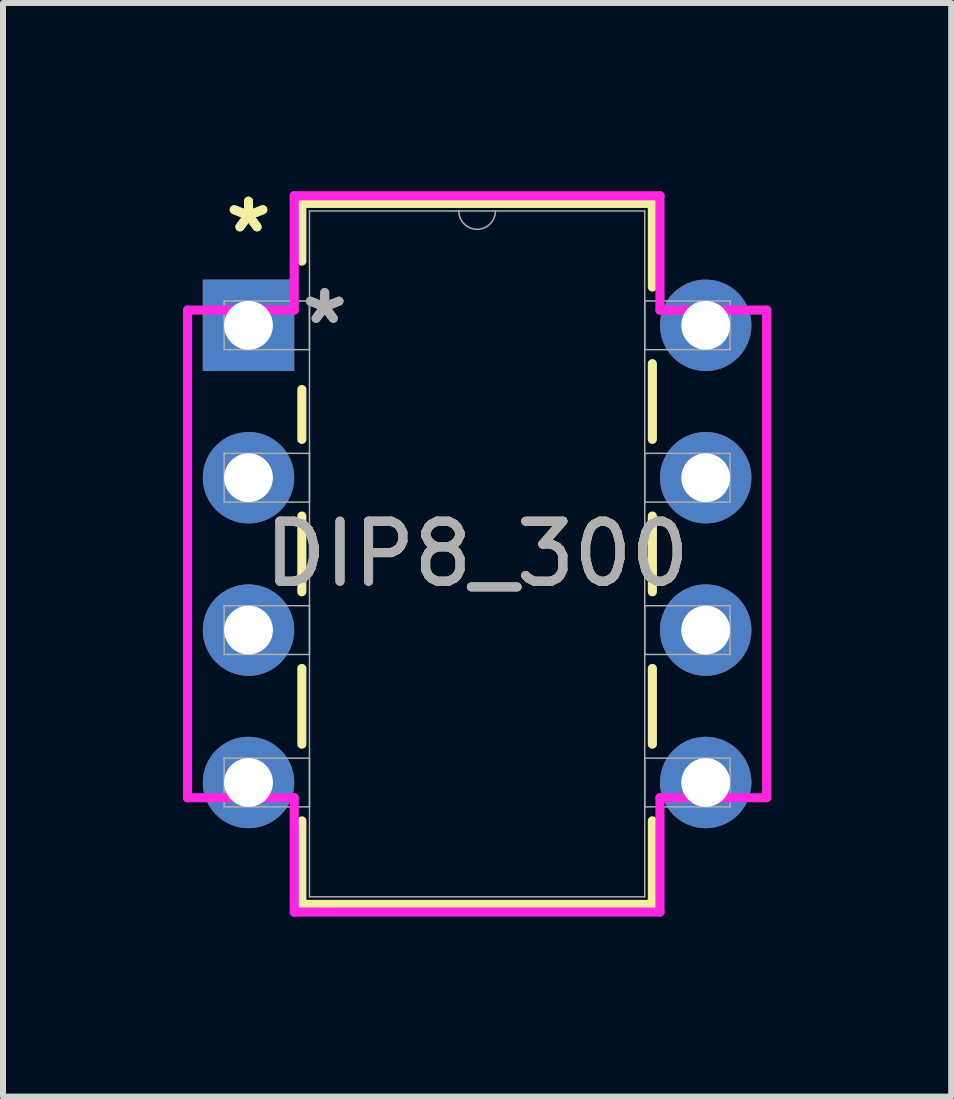
<source format=kicad_pcb>
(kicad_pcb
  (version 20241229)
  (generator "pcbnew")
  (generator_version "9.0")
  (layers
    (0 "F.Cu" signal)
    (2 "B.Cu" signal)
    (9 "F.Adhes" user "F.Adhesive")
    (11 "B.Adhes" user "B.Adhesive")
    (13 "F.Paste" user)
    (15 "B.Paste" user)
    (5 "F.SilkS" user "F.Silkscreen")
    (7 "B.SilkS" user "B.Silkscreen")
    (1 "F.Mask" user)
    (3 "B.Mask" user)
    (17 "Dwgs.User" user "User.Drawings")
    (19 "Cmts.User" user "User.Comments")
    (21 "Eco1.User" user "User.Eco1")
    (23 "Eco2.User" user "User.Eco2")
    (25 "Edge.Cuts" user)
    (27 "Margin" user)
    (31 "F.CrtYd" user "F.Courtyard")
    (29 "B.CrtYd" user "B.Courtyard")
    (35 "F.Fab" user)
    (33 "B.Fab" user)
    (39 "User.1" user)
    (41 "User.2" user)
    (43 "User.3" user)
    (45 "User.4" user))
  (footprint "DIP8_300"
    (layer "F.Cu")
    (at 8.712 9.992)
    (property "Reference" "DIP8_300" (at -3.81 -3.81 0) (unlocked yes) (layer "F.SilkS") (effects (font (size 1 1) (thickness 0.15))))
    (attr through_hole)
    (fp_line (start -6.731 -9.652) (end -6.731 -8.69) (stroke (width 0.152) (type solid)) (layer "F.SilkS"))
    (fp_line (start -6.731 -6.55) (end -6.731 -5.719) (stroke (width 0.152) (type solid)) (layer "F.SilkS"))
    (fp_line (start -6.731 -4.441) (end -6.731 -3.179) (stroke (width 0.152) (type solid)) (layer "F.SilkS"))
    (fp_line (start -6.731 -1.901) (end -6.731 -0.639) (stroke (width 0.152) (type solid)) (layer "F.SilkS"))
    (fp_line (start -6.731 0.639) (end -6.731 2.032) (stroke (width 0.152) (type solid)) (layer "F.SilkS"))
    (fp_line (start -6.731 2.032) (end -0.889 2.032) (stroke (width 0.152) (type solid)) (layer "F.SilkS"))
    (fp_line (start -0.889 -9.652) (end -6.731 -9.652) (stroke (width 0.152) (type solid)) (layer "F.SilkS"))
    (fp_line (start -0.889 -8.259) (end -0.889 -9.652) (stroke (width 0.152) (type solid)) (layer "F.SilkS"))
    (fp_line (start -0.889 -5.719) (end -0.889 -6.981) (stroke (width 0.152) (type solid)) (layer "F.SilkS"))
    (fp_line (start -0.889 -3.179) (end -0.889 -4.441) (stroke (width 0.152) (type solid)) (layer "F.SilkS"))
    (fp_line (start -0.889 -0.639) (end -0.889 -1.901) (stroke (width 0.152) (type solid)) (layer "F.SilkS"))
    (fp_line (start -0.889 2.032) (end -0.889 0.639) (stroke (width 0.152) (type solid)) (layer "F.SilkS"))
    (fp_line (start -8.636 -7.874) (end -6.858 -7.874) (stroke (width 0.152) (type solid)) (layer "F.CrtYd"))
    (fp_line (start -8.636 0.254) (end -8.636 -7.874) (stroke (width 0.152) (type solid)) (layer "F.CrtYd"))
    (fp_line (start -6.858 -9.779) (end -0.762 -9.779) (stroke (width 0.152) (type solid)) (layer "F.CrtYd"))
    (fp_line (start -6.858 -7.874) (end -6.858 -9.779) (stroke (width 0.152) (type solid)) (layer "F.CrtYd"))
    (fp_line (start -6.858 0.254) (end -8.636 0.254) (stroke (width 0.152) (type solid)) (layer "F.CrtYd"))
    (fp_line (start -6.858 2.159) (end -6.858 0.254) (stroke (width 0.152) (type solid)) (layer "F.CrtYd"))
    (fp_line (start -0.762 -9.779) (end -0.762 -7.874) (stroke (width 0.152) (type solid)) (layer "F.CrtYd"))
    (fp_line (start -0.762 0.254) (end -0.762 2.159) (stroke (width 0.152) (type solid)) (layer "F.CrtYd"))
    (fp_line (start -0.762 2.159) (end -6.858 2.159) (stroke (width 0.152) (type solid)) (layer "F.CrtYd"))
    (fp_line (start 1.016 -7.874) (end -0.762 -7.874) (stroke (width 0.152) (type solid)) (layer "F.CrtYd"))
    (fp_line (start 1.016 -7.874) (end 1.016 0.254) (stroke (width 0.152) (type solid)) (layer "F.CrtYd"))
    (fp_line (start 1.016 0.254) (end -0.762 0.254) (stroke (width 0.152) (type solid)) (layer "F.CrtYd"))
    (fp_line (start -8.026 -8.026) (end -8.026 -7.214) (stroke (width 0.025) (type solid)) (layer "F.Fab"))
    (fp_line (start -8.026 -7.214) (end -6.604 -7.214) (stroke (width 0.025) (type solid)) (layer "F.Fab"))
    (fp_line (start -8.026 -5.486) (end -8.026 -4.674) (stroke (width 0.025) (type solid)) (layer "F.Fab"))
    (fp_line (start -8.026 -4.674) (end -6.604 -4.674) (stroke (width 0.025) (type solid)) (layer "F.Fab"))
    (fp_line (start -8.026 -2.946) (end -8.026 -2.134) (stroke (width 0.025) (type solid)) (layer "F.Fab"))
    (fp_line (start -8.026 -2.134) (end -6.604 -2.134) (stroke (width 0.025) (type solid)) (layer "F.Fab"))
    (fp_line (start -8.026 -0.406) (end -8.026 0.406) (stroke (width 0.025) (type solid)) (layer "F.Fab"))
    (fp_line (start -8.026 0.406) (end -6.604 0.406) (stroke (width 0.025) (type solid)) (layer "F.Fab"))
    (fp_line (start -6.604 -9.525) (end -6.604 1.905) (stroke (width 0.025) (type solid)) (layer "F.Fab"))
    (fp_line (start -6.604 -8.026) (end -8.026 -8.026) (stroke (width 0.025) (type solid)) (layer "F.Fab"))
    (fp_line (start -6.604 -7.214) (end -6.604 -8.026) (stroke (width 0.025) (type solid)) (layer "F.Fab"))
    (fp_line (start -6.604 -5.486) (end -8.026 -5.486) (stroke (width 0.025) (type solid)) (layer "F.Fab"))
    (fp_line (start -6.604 -4.674) (end -6.604 -5.486) (stroke (width 0.025) (type solid)) (layer "F.Fab"))
    (fp_line (start -6.604 -2.946) (end -8.026 -2.946) (stroke (width 0.025) (type solid)) (layer "F.Fab"))
    (fp_line (start -6.604 -2.134) (end -6.604 -2.946) (stroke (width 0.025) (type solid)) (layer "F.Fab"))
    (fp_line (start -6.604 -0.406) (end -8.026 -0.406) (stroke (width 0.025) (type solid)) (layer "F.Fab"))
    (fp_line (start -6.604 0.406) (end -6.604 -0.406) (stroke (width 0.025) (type solid)) (layer "F.Fab"))
    (fp_line (start -6.604 1.905) (end -1.016 1.905) (stroke (width 0.025) (type solid)) (layer "F.Fab"))
    (fp_line (start -1.016 -9.525) (end -6.604 -9.525) (stroke (width 0.025) (type solid)) (layer "F.Fab"))
    (fp_line (start -1.016 -8.026) (end -1.016 -7.214) (stroke (width 0.025) (type solid)) (layer "F.Fab"))
    (fp_line (start -1.016 -7.214) (end 0.406 -7.214) (stroke (width 0.025) (type solid)) (layer "F.Fab"))
    (fp_line (start -1.016 -5.486) (end -1.016 -4.674) (stroke (width 0.025) (type solid)) (layer "F.Fab"))
    (fp_line (start -1.016 -4.674) (end 0.406 -4.674) (stroke (width 0.025) (type solid)) (layer "F.Fab"))
    (fp_line (start -1.016 -2.946) (end -1.016 -2.134) (stroke (width 0.025) (type solid)) (layer "F.Fab"))
    (fp_line (start -1.016 -2.134) (end 0.406 -2.134) (stroke (width 0.025) (type solid)) (layer "F.Fab"))
    (fp_line (start -1.016 -0.406) (end -1.016 0.406) (stroke (width 0.025) (type solid)) (layer "F.Fab"))
    (fp_line (start -1.016 0.406) (end 0.406 0.406) (stroke (width 0.025) (type solid)) (layer "F.Fab"))
    (fp_line (start -1.016 1.905) (end -1.016 -9.525) (stroke (width 0.025) (type solid)) (layer "F.Fab"))
    (fp_line (start 0.406 -8.026) (end -1.016 -8.026) (stroke (width 0.025) (type solid)) (layer "F.Fab"))
    (fp_line (start 0.406 -7.214) (end 0.406 -8.026) (stroke (width 0.025) (type solid)) (layer "F.Fab"))
    (fp_line (start 0.406 -5.486) (end -1.016 -5.486) (stroke (width 0.025) (type solid)) (layer "F.Fab"))
    (fp_line (start 0.406 -4.674) (end 0.406 -5.486) (stroke (width 0.025) (type solid)) (layer "F.Fab"))
    (fp_line (start 0.406 -2.946) (end -1.016 -2.946) (stroke (width 0.025) (type solid)) (layer "F.Fab"))
    (fp_line (start 0.406 -2.134) (end 0.406 -2.946) (stroke (width 0.025) (type solid)) (layer "F.Fab"))
    (fp_line (start 0.406 -0.406) (end -1.016 -0.406) (stroke (width 0.025) (type solid)) (layer "F.Fab"))
    (fp_line (start 0.406 0.406) (end 0.406 -0.406) (stroke (width 0.025) (type solid)) (layer "F.Fab"))
    (fp_arc (start -3.5052 -9.525) (mid -3.81 -9.2202) (end -4.1148 -9.525) (stroke (width 0.0254) (type solid)) (layer "F.Fab"))
    (fp_text user "*" (at -7.62 -9.144 0) (layer "F.SilkS") (effects (font (size 1 1) (thickness 0.15))))
    (fp_text user "*" (at -7.62 -9.144 0) (unlocked yes) (layer "F.SilkS") (effects (font (size 1 1) (thickness 0.15))))
    (fp_text user "*" (at -6.35 -7.62 0) (layer "F.Fab") (effects (font (size 1 1) (thickness 0.15))))
    (fp_text user "${REFERENCE}" (at -3.81 -3.81 0) (unlocked yes) (layer "F.Fab") (effects (font (size 1 1) (thickness 0.15))))
    (fp_text user "*" (at -6.35 -7.62 0) (unlocked yes) (layer "F.Fab") (effects (font (size 1 1) (thickness 0.15))))
    (pad "1" thru_hole rect (at -7.62 -7.62) (size 1.524 1.524) (drill 0.813) (layers "*.Cu" "*.Mask"))
    (pad "2" thru_hole circle (at -7.62 -5.08) (size 1.524 1.524) (drill 0.813) (layers "*.Cu" "*.Mask"))
    (pad "3" thru_hole circle (at -7.62 -2.54) (size 1.524 1.524) (drill 0.813) (layers "*.Cu" "*.Mask"))
    (pad "4" thru_hole circle (at -7.62 0) (size 1.524 1.524) (drill 0.813) (layers "*.Cu" "*.Mask"))
    (pad "5" thru_hole circle (at 0 0) (size 1.524 1.524) (drill 0.813) (layers "*.Cu" "*.Mask"))
    (pad "6" thru_hole circle (at 0 -2.54) (size 1.524 1.524) (drill 0.813) (layers "*.Cu" "*.Mask"))
    (pad "7" thru_hole circle (at 0 -5.08) (size 1.524 1.524) (drill 0.813) (layers "*.Cu" "*.Mask"))
    (pad "8" thru_hole circle (at 0 -7.62) (size 1.524 1.524) (drill 0.813) (layers "*.Cu" "*.Mask")))
  (gr_rect
    (start -3 -3)
    (end 12.804 15.227)
    (stroke (width 0.1) (type default))
    (fill no)
    (layer "Edge.Cuts")))
</source>
